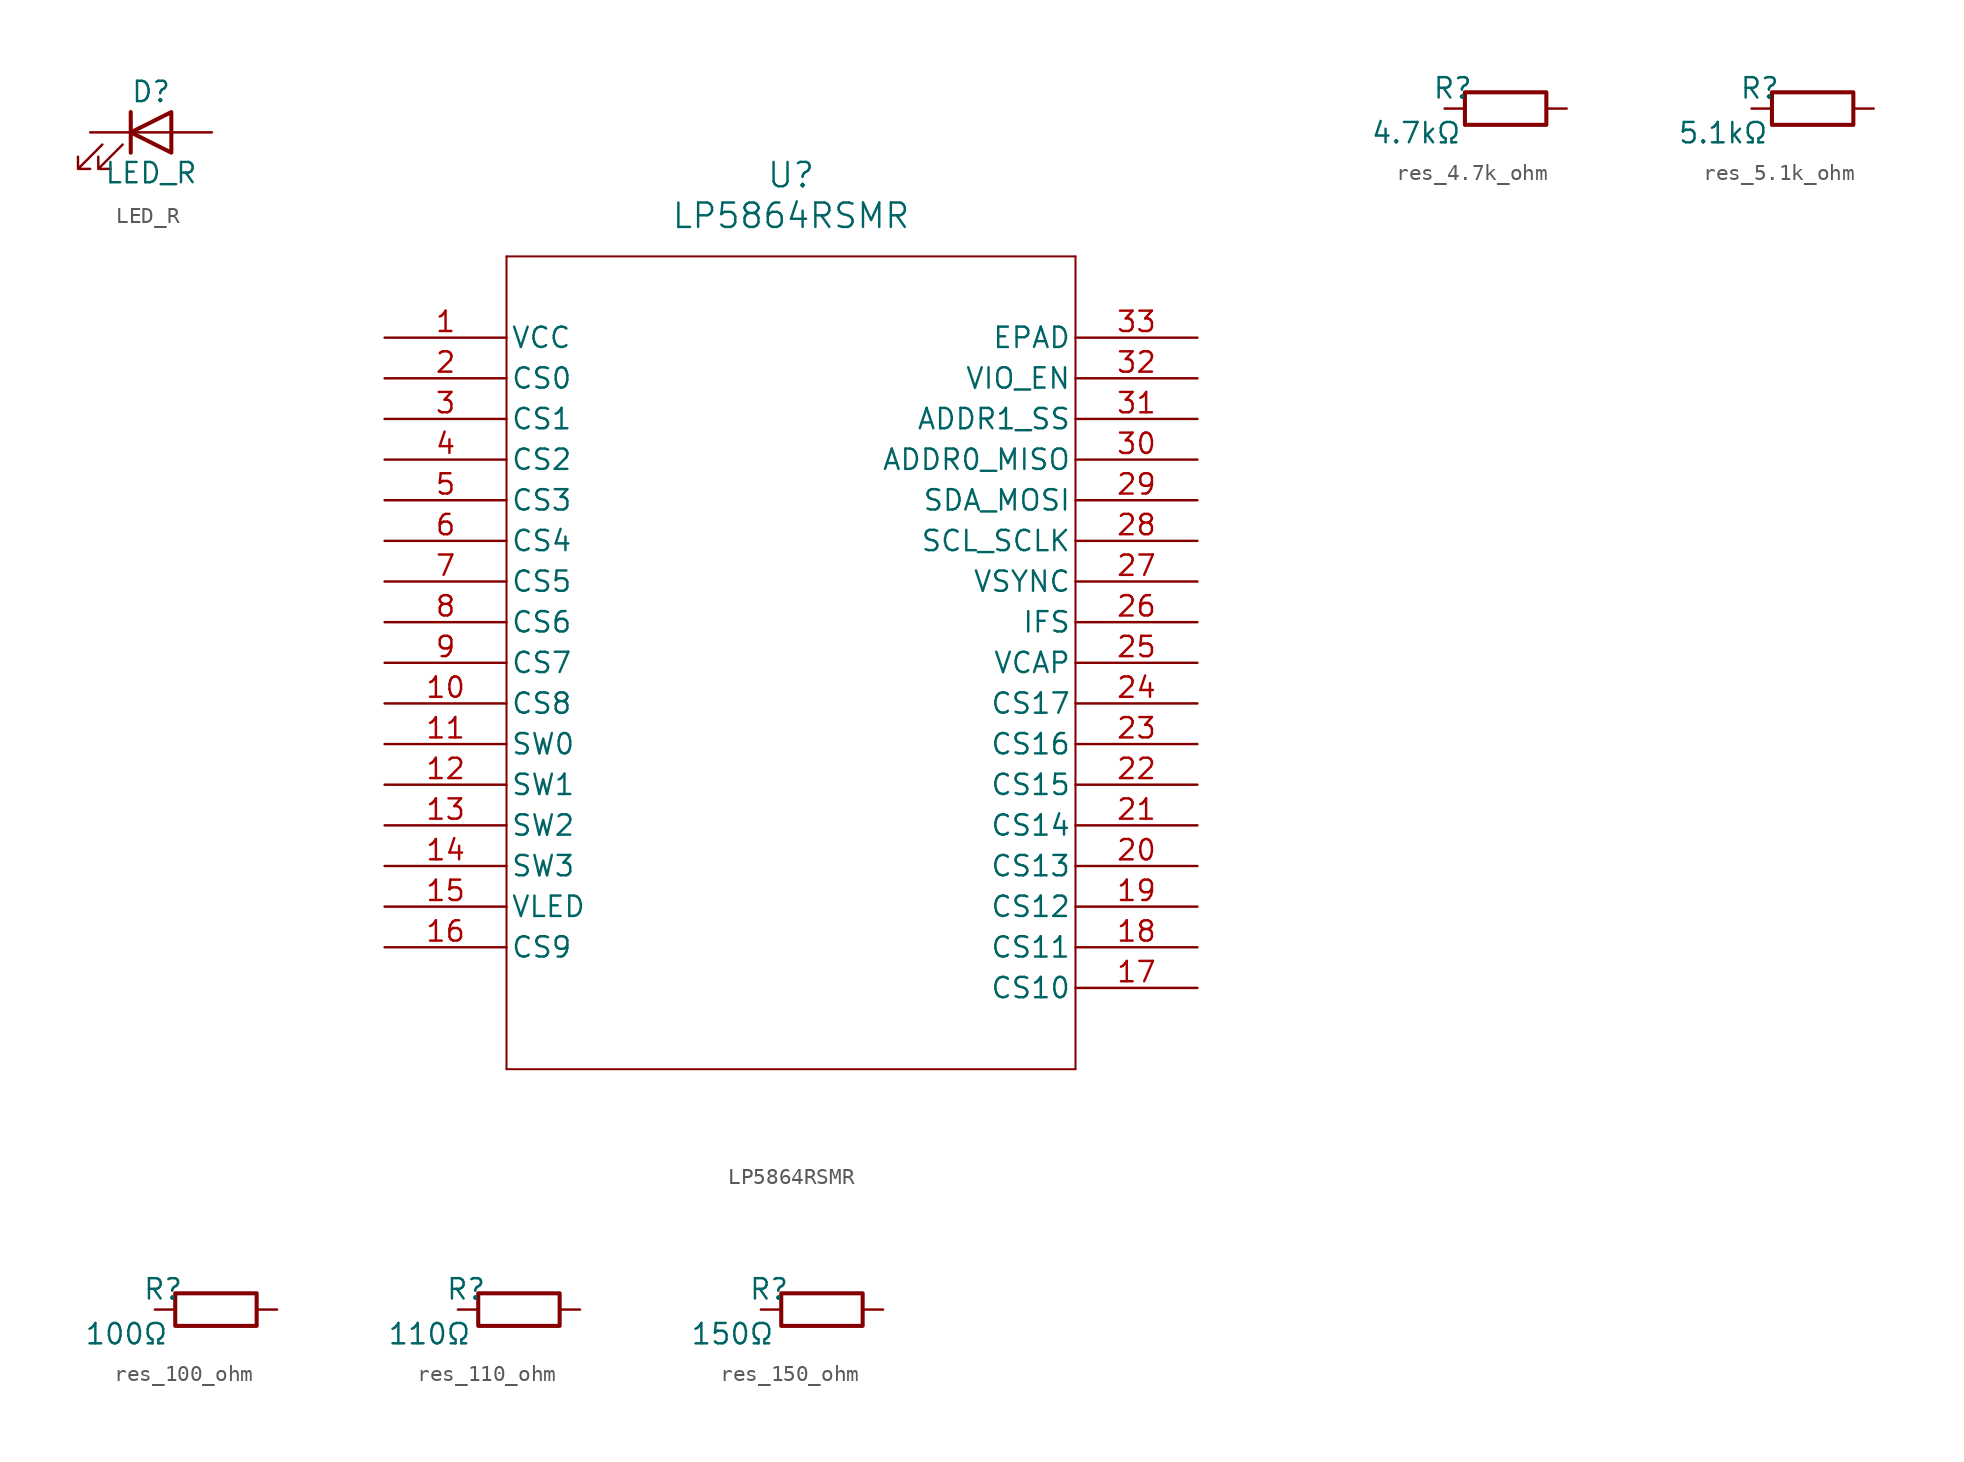
<source format=kicad_sym>
(kicad_symbol_lib
  (version 20241209)
  (generator "kicad_symbol_editor")
  (generator_version "9.0")
  (symbol "LED_R"
    (pin_numbers
      (hide yes))
    (pin_names
      (offset 1.016)
      (hide yes))
    (property "Reference" "D"
      (at 0 2.54 0)
      (effects (font (size 1.27 1.27))))
    (property "Value" "LED_R"
      (at 0 -2.54 0)
      (effects (font (size 1.27 1.27))))
    (symbol "LED_R_0_1"
      (polyline (pts (xy -3.048 -0.762) (xy -4.572 -2.286) (xy -3.81 -2.286) (xy -4.572 -2.286) (xy -4.572 -1.524)) (stroke (width 0) (type default)) (fill (type none)))
      (polyline (pts (xy -1.778 -0.762) (xy -3.302 -2.286) (xy -2.54 -2.286) (xy -3.302 -2.286) (xy -3.302 -1.524)) (stroke (width 0) (type default)) (fill (type none)))
      (polyline (pts (xy -1.27 0) (xy 1.27 0)) (stroke (width 0) (type default)) (fill (type none)))
      (polyline (pts (xy -1.27 -1.27) (xy -1.27 1.27)) (stroke (width 0.254) (type default)) (fill (type none)))
      (polyline (pts (xy 1.27 -1.27) (xy 1.27 1.27) (xy -1.27 0) (xy 1.27 -1.27)) (stroke (width 0.254) (type default)) (fill (type none))))
    (symbol "LED_R_1_1"
      (pin passive line (at -3.81 0 0) (length 2.54) (name "K" (effects (font (size 1.27 1.27)))) (number "1" (effects (font (size 1.27 1.27)))))
      (pin passive line (at 3.81 0 180) (length 2.54) (name "A" (effects (font (size 1.27 1.27)))) (number "2" (effects (font (size 1.27 1.27)))))))
  (symbol "LP5864RSMR"
    (pin_names
      (offset 0.254))
    (property "Reference" "U"
      (at 25.4 10.16 0)
      (effects (font (size 1.524 1.524))))
    (property "Value" "LP5864RSMR"
      (at 25.4 7.62 0)
      (effects (font (size 1.524 1.524))))
    (symbol "LP5864RSMR_0_1"
      (polyline (pts (xy 7.62 5.08) (xy 7.62 -45.72)) (stroke (width 0.127) (type default)) (fill (type none)))
      (polyline (pts (xy 7.62 -45.72) (xy 43.18 -45.72)) (stroke (width 0.127) (type default)) (fill (type none)))
      (polyline (pts (xy 43.18 5.08) (xy 7.62 5.08)) (stroke (width 0.127) (type default)) (fill (type none)))
      (polyline (pts (xy 43.18 -45.72) (xy 43.18 5.08)) (stroke (width 0.127) (type default)) (fill (type none)))
      (pin power_in line (at 0 0 0) (length 7.62) (name "VCC" (effects (font (size 1.27 1.27)))) (number "1" (effects (font (size 1.27 1.27)))))
      (pin output line (at 0 -2.54 0) (length 7.62) (name "CS0" (effects (font (size 1.27 1.27)))) (number "2" (effects (font (size 1.27 1.27)))))
      (pin output line (at 0 -5.08 0) (length 7.62) (name "CS1" (effects (font (size 1.27 1.27)))) (number "3" (effects (font (size 1.27 1.27)))))
      (pin output line (at 0 -7.62 0) (length 7.62) (name "CS2" (effects (font (size 1.27 1.27)))) (number "4" (effects (font (size 1.27 1.27)))))
      (pin output line (at 0 -10.16 0) (length 7.62) (name "CS3" (effects (font (size 1.27 1.27)))) (number "5" (effects (font (size 1.27 1.27)))))
      (pin output line (at 0 -12.7 0) (length 7.62) (name "CS4" (effects (font (size 1.27 1.27)))) (number "6" (effects (font (size 1.27 1.27)))))
      (pin output line (at 0 -15.24 0) (length 7.62) (name "CS5" (effects (font (size 1.27 1.27)))) (number "7" (effects (font (size 1.27 1.27)))))
      (pin output line (at 0 -17.78 0) (length 7.62) (name "CS6" (effects (font (size 1.27 1.27)))) (number "8" (effects (font (size 1.27 1.27)))))
      (pin output line (at 0 -20.32 0) (length 7.62) (name "CS7" (effects (font (size 1.27 1.27)))) (number "9" (effects (font (size 1.27 1.27)))))
      (pin output line (at 0 -22.86 0) (length 7.62) (name "CS8" (effects (font (size 1.27 1.27)))) (number "10" (effects (font (size 1.27 1.27)))))
      (pin output line (at 0 -25.4 0) (length 7.62) (name "SW0" (effects (font (size 1.27 1.27)))) (number "11" (effects (font (size 1.27 1.27)))))
      (pin output line (at 0 -27.94 0) (length 7.62) (name "SW1" (effects (font (size 1.27 1.27)))) (number "12" (effects (font (size 1.27 1.27)))))
      (pin output line (at 0 -30.48 0) (length 7.62) (name "SW2" (effects (font (size 1.27 1.27)))) (number "13" (effects (font (size 1.27 1.27)))))
      (pin output line (at 0 -33.02 0) (length 7.62) (name "SW3" (effects (font (size 1.27 1.27)))) (number "14" (effects (font (size 1.27 1.27)))))
      (pin power_in line (at 0 -35.56 0) (length 7.62) (name "VLED" (effects (font (size 1.27 1.27)))) (number "15" (effects (font (size 1.27 1.27)))))
      (pin output line (at 0 -38.1 0) (length 7.62) (name "CS9" (effects (font (size 1.27 1.27)))) (number "16" (effects (font (size 1.27 1.27)))))
      (pin power_out line (at 50.8 0 180) (length 7.62) (name "EPAD" (effects (font (size 1.27 1.27)))) (number "33" (effects (font (size 1.27 1.27)))))
      (pin power_in line (at 50.8 -2.54 180) (length 7.62) (name "VIO_EN" (effects (font (size 1.27 1.27)))) (number "32" (effects (font (size 1.27 1.27)))))
      (pin input line (at 50.8 -5.08 180) (length 7.62) (name "ADDR1_SS" (effects (font (size 1.27 1.27)))) (number "31" (effects (font (size 1.27 1.27)))))
      (pin bidirectional line (at 50.8 -7.62 180) (length 7.62) (name "ADDR0_MISO" (effects (font (size 1.27 1.27)))) (number "30" (effects (font (size 1.27 1.27)))))
      (pin bidirectional line (at 50.8 -10.16 180) (length 7.62) (name "SDA_MOSI" (effects (font (size 1.27 1.27)))) (number "29" (effects (font (size 1.27 1.27)))))
      (pin input line (at 50.8 -12.7 180) (length 7.62) (name "SCL_SCLK" (effects (font (size 1.27 1.27)))) (number "28" (effects (font (size 1.27 1.27)))))
      (pin input line (at 50.8 -15.24 180) (length 7.62) (name "VSYNC" (effects (font (size 1.27 1.27)))) (number "27" (effects (font (size 1.27 1.27)))))
      (pin input line (at 50.8 -17.78 180) (length 7.62) (name "IFS" (effects (font (size 1.27 1.27)))) (number "26" (effects (font (size 1.27 1.27)))))
      (pin output line (at 50.8 -20.32 180) (length 7.62) (name "VCAP" (effects (font (size 1.27 1.27)))) (number "25" (effects (font (size 1.27 1.27)))))
      (pin output line (at 50.8 -22.86 180) (length 7.62) (name "CS17" (effects (font (size 1.27 1.27)))) (number "24" (effects (font (size 1.27 1.27)))))
      (pin output line (at 50.8 -25.4 180) (length 7.62) (name "CS16" (effects (font (size 1.27 1.27)))) (number "23" (effects (font (size 1.27 1.27)))))
      (pin output line (at 50.8 -27.94 180) (length 7.62) (name "CS15" (effects (font (size 1.27 1.27)))) (number "22" (effects (font (size 1.27 1.27)))))
      (pin output line (at 50.8 -30.48 180) (length 7.62) (name "CS14" (effects (font (size 1.27 1.27)))) (number "21" (effects (font (size 1.27 1.27)))))
      (pin output line (at 50.8 -33.02 180) (length 7.62) (name "CS13" (effects (font (size 1.27 1.27)))) (number "20" (effects (font (size 1.27 1.27)))))
      (pin output line (at 50.8 -35.56 180) (length 7.62) (name "CS12" (effects (font (size 1.27 1.27)))) (number "19" (effects (font (size 1.27 1.27)))))
      (pin output line (at 50.8 -38.1 180) (length 7.62) (name "CS11" (effects (font (size 1.27 1.27)))) (number "18" (effects (font (size 1.27 1.27)))))
      (pin output line (at 50.8 -40.64 180) (length 7.62) (name "CS10" (effects (font (size 1.27 1.27)))) (number "17" (effects (font (size 1.27 1.27)))))))
  (symbol "res_4.7k_ohm"
    (pin_numbers
      (hide yes))
    (pin_names
      (offset 0))
    (property "Reference" "R"
      (at -3.302 1.27 0)
      (effects (font (size 1.27 1.27))))
    (property "Value" "4.7kΩ"
      (at -5.588 -1.524 0)
      (effects (font (size 1.27 1.27))))
    (symbol "res_4.7k_ohm_0_1"
      (rectangle (start -2.54 -1.016) (end 2.54 1.016) (stroke (width 0.254) (type default)) (fill (type none))))
    (symbol "res_4.7k_ohm_1_1"
      (pin passive line (at -3.81 0 0) (length 1.27) (name "~" (effects (font (size 1.27 1.27)))) (number "1" (effects (font (size 1.27 1.27)))))
      (pin passive line (at 3.81 0 180) (length 1.27) (name "~" (effects (font (size 1.27 1.27)))) (number "2" (effects (font (size 1.27 1.27)))))))
  (symbol "res_5.1k_ohm"
    (pin_numbers
      (hide yes))
    (pin_names
      (offset 0))
    (property "Reference" "R"
      (at -3.302 1.27 0)
      (effects (font (size 1.27 1.27))))
    (property "Value" "5.1kΩ"
      (at -5.588 -1.524 0)
      (effects (font (size 1.27 1.27))))
    (symbol "res_5.1k_ohm_0_1"
      (rectangle (start -2.54 1.016) (end 2.54 -1.016) (stroke (width 0.254) (type default)) (fill (type none))))
    (symbol "res_5.1k_ohm_1_1"
      (pin passive line (at -3.81 0 0) (length 1.27) (name "~" (effects (font (size 1.27 1.27)))) (number "1" (effects (font (size 1.27 1.27)))))
      (pin passive line (at 3.81 0 180) (length 1.27) (name "~" (effects (font (size 1.27 1.27)))) (number "2" (effects (font (size 1.27 1.27)))))))
  (symbol "res_100_ohm"
    (pin_numbers
      (hide yes))
    (pin_names
      (offset 0))
    (property "Reference" "R"
      (at -3.302 1.27 0)
      (effects (font (size 1.27 1.27))))
    (property "Value" "100Ω"
      (at -5.588 -1.524 0)
      (effects (font (size 1.27 1.27))))
    (symbol "res_100_ohm_0_1"
      (rectangle (start -2.54 -1.016) (end 2.54 1.016) (stroke (width 0.254) (type default)) (fill (type none))))
    (symbol "res_100_ohm_1_1"
      (pin passive line (at -3.81 0 0) (length 1.27) (name "~" (effects (font (size 1.27 1.27)))) (number "1" (effects (font (size 1.27 1.27)))))
      (pin passive line (at 3.81 0 180) (length 1.27) (name "~" (effects (font (size 1.27 1.27)))) (number "2" (effects (font (size 1.27 1.27)))))))
  (symbol "res_110_ohm"
    (pin_numbers
      (hide yes))
    (pin_names
      (offset 0))
    (property "Reference" "R"
      (at -3.302 1.27 0)
      (effects (font (size 1.27 1.27))))
    (property "Value" "110Ω"
      (at -5.588 -1.524 0)
      (effects (font (size 1.27 1.27))))
    (symbol "res_110_ohm_0_1"
      (rectangle (start -2.54 -1.016) (end 2.54 1.016) (stroke (width 0.254) (type default)) (fill (type none))))
    (symbol "res_110_ohm_1_1"
      (pin passive line (at -3.81 0 0) (length 1.27) (name "~" (effects (font (size 1.27 1.27)))) (number "1" (effects (font (size 1.27 1.27)))))
      (pin passive line (at 3.81 0 180) (length 1.27) (name "~" (effects (font (size 1.27 1.27)))) (number "2" (effects (font (size 1.27 1.27)))))))
  (symbol "res_150_ohm"
    (pin_numbers
      (hide yes))
    (pin_names
      (offset 0))
    (property "Reference" "R"
      (at -3.302 1.27 0)
      (effects (font (size 1.27 1.27))))
    (property "Value" "150Ω"
      (at -5.588 -1.524 0)
      (effects (font (size 1.27 1.27))))
    (symbol "res_150_ohm_0_1"
      (rectangle (start -2.54 -1.016) (end 2.54 1.016) (stroke (width 0.254) (type default)) (fill (type none))))
    (symbol "res_150_ohm_1_1"
      (pin passive line (at -3.81 0 0) (length 1.27) (name "~" (effects (font (size 1.27 1.27)))) (number "1" (effects (font (size 1.27 1.27)))))
      (pin passive line (at 3.81 0 180) (length 1.27) (name "~" (effects (font (size 1.27 1.27)))) (number "2" (effects (font (size 1.27 1.27))))))))
</source>
